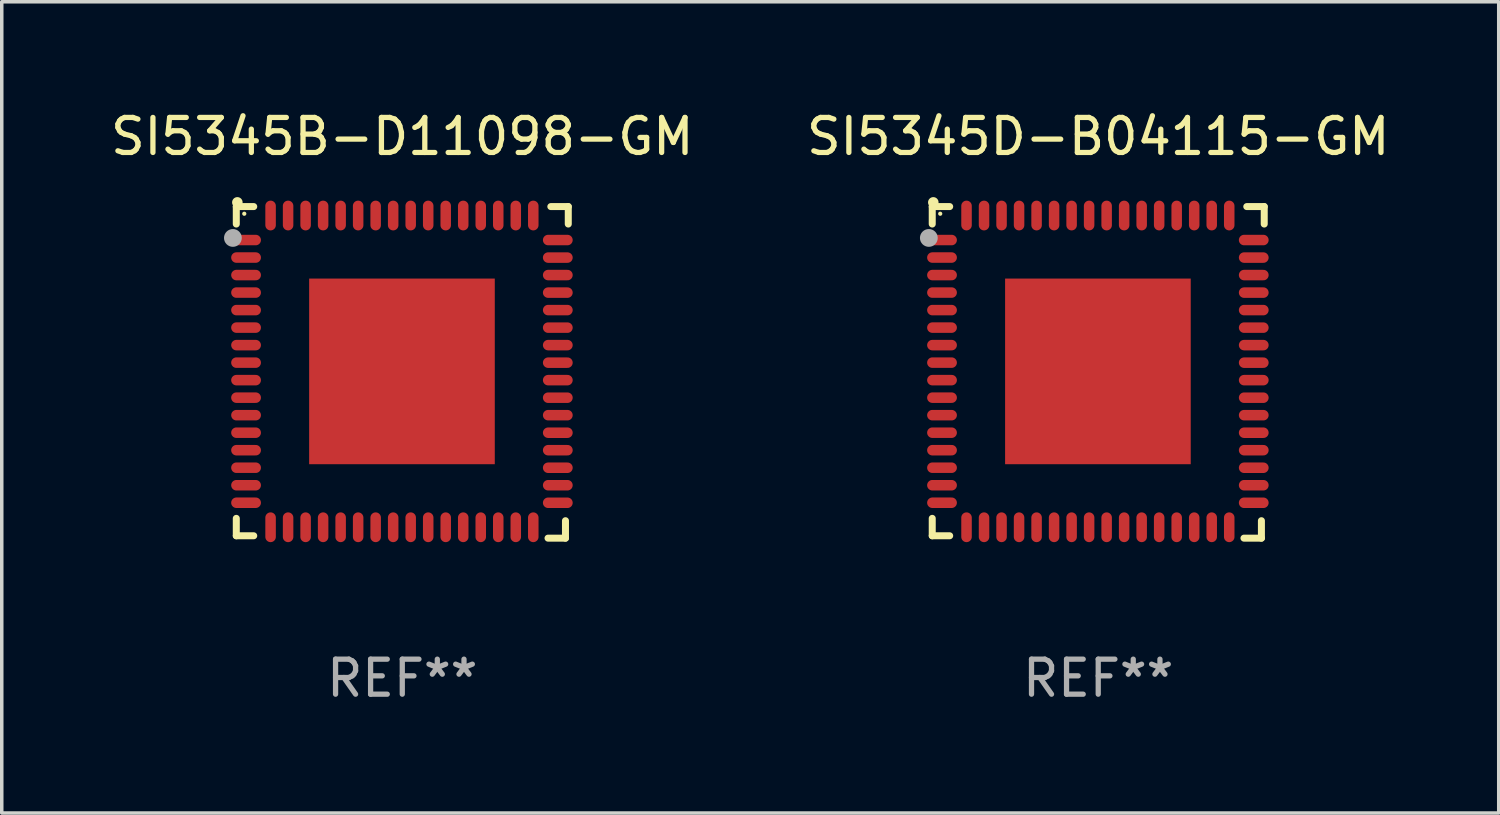
<source format=kicad_pcb>
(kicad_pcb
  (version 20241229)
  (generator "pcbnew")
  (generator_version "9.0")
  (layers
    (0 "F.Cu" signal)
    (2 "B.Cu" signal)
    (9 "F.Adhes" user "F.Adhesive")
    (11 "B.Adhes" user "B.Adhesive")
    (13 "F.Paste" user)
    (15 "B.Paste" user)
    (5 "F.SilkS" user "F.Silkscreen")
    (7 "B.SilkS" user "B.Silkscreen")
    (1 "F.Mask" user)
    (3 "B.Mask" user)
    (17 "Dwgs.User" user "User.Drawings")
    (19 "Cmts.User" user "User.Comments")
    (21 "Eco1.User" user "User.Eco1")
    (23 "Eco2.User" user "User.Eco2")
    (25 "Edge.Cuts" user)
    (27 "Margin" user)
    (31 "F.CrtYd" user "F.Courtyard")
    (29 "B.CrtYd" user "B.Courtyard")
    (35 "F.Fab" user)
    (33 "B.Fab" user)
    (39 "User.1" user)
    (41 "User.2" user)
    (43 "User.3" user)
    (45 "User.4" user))
  (footprint "SI5345D-B04115-GM"
    (layer "F.Cu")
    (at 28.304 7.581)
    (property "Reference" "SI5345D-B04115-GM" (at 0 -6.733 0) (layer "F.SilkS") (effects (font (size 1 1) (thickness 0.15))))
    (attr through_hole)
    (fp_line (start -4.739 -4.733) (end -4.241 -4.733) (stroke (width 0.2) (type solid)) (layer "F.SilkS"))
    (fp_line (start -4.739 -4.235) (end -4.739 -4.733) (stroke (width 0.2) (type solid)) (layer "F.SilkS"))
    (fp_line (start -4.739 4.168) (end -4.739 4.665) (stroke (width 0.2) (type solid)) (layer "F.SilkS"))
    (fp_line (start -4.739 4.665) (end -4.241 4.665) (stroke (width 0.2) (type solid)) (layer "F.SilkS"))
    (fp_line (start 4.161 4.733) (end 4.659 4.733) (stroke (width 0.2) (type solid)) (layer "F.SilkS"))
    (fp_line (start 4.241 -4.733) (end 4.739 -4.733) (stroke (width 0.2) (type solid)) (layer "F.SilkS"))
    (fp_line (start 4.659 4.733) (end 4.659 4.235) (stroke (width 0.2) (type solid)) (layer "F.SilkS"))
    (fp_line (start 4.739 -4.733) (end 4.739 -4.235) (stroke (width 0.2) (type solid)) (layer "F.SilkS"))
    (fp_arc (start -4.708623 -4.85108) (mid -4.708628 -4.85235) (end -4.708623 -4.85362) (stroke (width 0.3) (type solid)) (layer "F.SilkS"))
    (fp_circle (center -4.511 -4.529) (end -4.481 -4.529) (stroke (width 0.06) (type solid)) (fill no) (layer "F.SilkS"))
    (fp_circle (center -4.836 -3.838) (end -4.709 -3.838) (stroke (width 0.254) (type solid)) (fill no) (layer "F.Fab"))
    (fp_text user "REF**" (at 0 8.733 0) (layer "F.Fab") (effects (font (size 1 1) (thickness 0.15))))
    (pad "1" smd oval (at -4.46 -3.778) (size 0.85 0.3) (layers "F.Cu" "F.Mask" "F.Paste"))
    (pad "2" smd oval (at -4.46 -3.278) (size 0.85 0.3) (layers "F.Cu" "F.Mask" "F.Paste"))
    (pad "3" smd oval (at -4.46 -2.778) (size 0.85 0.3) (layers "F.Cu" "F.Mask" "F.Paste"))
    (pad "4" smd oval (at -4.46 -2.278) (size 0.85 0.3) (layers "F.Cu" "F.Mask" "F.Paste"))
    (pad "5" smd oval (at -4.46 -1.778) (size 0.85 0.3) (layers "F.Cu" "F.Mask" "F.Paste"))
    (pad "6" smd oval (at -4.46 -1.278) (size 0.85 0.3) (layers "F.Cu" "F.Mask" "F.Paste"))
    (pad "7" smd oval (at -4.46 -0.778) (size 0.85 0.3) (layers "F.Cu" "F.Mask" "F.Paste"))
    (pad "8" smd oval (at -4.46 -0.278) (size 0.85 0.3) (layers "F.Cu" "F.Mask" "F.Paste"))
    (pad "9" smd oval (at -4.46 0.222) (size 0.85 0.3) (layers "F.Cu" "F.Mask" "F.Paste"))
    (pad "10" smd oval (at -4.46 0.722) (size 0.85 0.3) (layers "F.Cu" "F.Mask" "F.Paste"))
    (pad "11" smd oval (at -4.46 1.222) (size 0.85 0.3) (layers "F.Cu" "F.Mask" "F.Paste"))
    (pad "12" smd oval (at -4.46 1.722) (size 0.85 0.3) (layers "F.Cu" "F.Mask" "F.Paste"))
    (pad "13" smd oval (at -4.46 2.222) (size 0.85 0.3) (layers "F.Cu" "F.Mask" "F.Paste"))
    (pad "14" smd oval (at -4.46 2.722) (size 0.85 0.3) (layers "F.Cu" "F.Mask" "F.Paste"))
    (pad "15" smd oval (at -4.46 3.222) (size 0.85 0.3) (layers "F.Cu" "F.Mask" "F.Paste"))
    (pad "16" smd oval (at -4.46 3.722) (size 0.85 0.3) (layers "F.Cu" "F.Mask" "F.Paste"))
    (pad "17" smd oval (at -3.76 4.422) (size 0.3 0.85) (layers "F.Cu" "F.Mask" "F.Paste"))
    (pad "18" smd oval (at -3.26 4.422) (size 0.3 0.85) (layers "F.Cu" "F.Mask" "F.Paste"))
    (pad "19" smd oval (at -2.76 4.422) (size 0.3 0.85) (layers "F.Cu" "F.Mask" "F.Paste"))
    (pad "20" smd oval (at -2.26 4.422) (size 0.3 0.85) (layers "F.Cu" "F.Mask" "F.Paste"))
    (pad "21" smd oval (at -1.76 4.422) (size 0.3 0.85) (layers "F.Cu" "F.Mask" "F.Paste"))
    (pad "22" smd oval (at -1.26 4.422) (size 0.3 0.85) (layers "F.Cu" "F.Mask" "F.Paste"))
    (pad "23" smd oval (at -0.76 4.422) (size 0.3 0.85) (layers "F.Cu" "F.Mask" "F.Paste"))
    (pad "24" smd oval (at -0.26 4.422) (size 0.3 0.85) (layers "F.Cu" "F.Mask" "F.Paste"))
    (pad "25" smd oval (at 0.24 4.422) (size 0.3 0.85) (layers "F.Cu" "F.Mask" "F.Paste"))
    (pad "26" smd oval (at 0.74 4.422) (size 0.3 0.85) (layers "F.Cu" "F.Mask" "F.Paste"))
    (pad "27" smd oval (at 1.24 4.422) (size 0.3 0.85) (layers "F.Cu" "F.Mask" "F.Paste"))
    (pad "28" smd oval (at 1.74 4.422) (size 0.3 0.85) (layers "F.Cu" "F.Mask" "F.Paste"))
    (pad "29" smd oval (at 2.24 4.422) (size 0.3 0.85) (layers "F.Cu" "F.Mask" "F.Paste"))
    (pad "30" smd oval (at 2.74 4.422) (size 0.3 0.85) (layers "F.Cu" "F.Mask" "F.Paste"))
    (pad "31" smd oval (at 3.24 4.422) (size 0.3 0.85) (layers "F.Cu" "F.Mask" "F.Paste"))
    (pad "32" smd oval (at 3.74 4.422) (size 0.3 0.85) (layers "F.Cu" "F.Mask" "F.Paste"))
    (pad "33" smd oval (at 4.44 3.723) (size 0.85 0.3) (layers "F.Cu" "F.Mask" "F.Paste"))
    (pad "34" smd oval (at 4.44 3.222) (size 0.85 0.3) (layers "F.Cu" "F.Mask" "F.Paste"))
    (pad "35" smd oval (at 4.44 2.723) (size 0.85 0.3) (layers "F.Cu" "F.Mask" "F.Paste"))
    (pad "36" smd oval (at 4.44 2.222) (size 0.85 0.3) (layers "F.Cu" "F.Mask" "F.Paste"))
    (pad "37" smd oval (at 4.44 1.723) (size 0.85 0.3) (layers "F.Cu" "F.Mask" "F.Paste"))
    (pad "38" smd oval (at 4.44 1.222) (size 0.85 0.3) (layers "F.Cu" "F.Mask" "F.Paste"))
    (pad "39" smd oval (at 4.44 0.723) (size 0.85 0.3) (layers "F.Cu" "F.Mask" "F.Paste"))
    (pad "40" smd oval (at 4.44 0.222) (size 0.85 0.3) (layers "F.Cu" "F.Mask" "F.Paste"))
    (pad "41" smd oval (at 4.44 -0.277) (size 0.85 0.3) (layers "F.Cu" "F.Mask" "F.Paste"))
    (pad "42" smd oval (at 4.44 -0.778) (size 0.85 0.3) (layers "F.Cu" "F.Mask" "F.Paste"))
    (pad "43" smd oval (at 4.44 -1.277) (size 0.85 0.3) (layers "F.Cu" "F.Mask" "F.Paste"))
    (pad "44" smd oval (at 4.44 -1.778) (size 0.85 0.3) (layers "F.Cu" "F.Mask" "F.Paste"))
    (pad "45" smd oval (at 4.44 -2.277) (size 0.85 0.3) (layers "F.Cu" "F.Mask" "F.Paste"))
    (pad "46" smd oval (at 4.44 -2.778) (size 0.85 0.3) (layers "F.Cu" "F.Mask" "F.Paste"))
    (pad "47" smd oval (at 4.44 -3.277) (size 0.85 0.3) (layers "F.Cu" "F.Mask" "F.Paste"))
    (pad "48" smd oval (at 4.44 -3.778) (size 0.85 0.3) (layers "F.Cu" "F.Mask" "F.Paste"))
    (pad "49" smd oval (at 3.74 -4.478) (size 0.3 0.85) (layers "F.Cu" "F.Mask" "F.Paste"))
    (pad "50" smd oval (at 3.24 -4.478) (size 0.3 0.85) (layers "F.Cu" "F.Mask" "F.Paste"))
    (pad "51" smd oval (at 2.74 -4.478) (size 0.3 0.85) (layers "F.Cu" "F.Mask" "F.Paste"))
    (pad "52" smd oval (at 2.24 -4.478) (size 0.3 0.85) (layers "F.Cu" "F.Mask" "F.Paste"))
    (pad "53" smd oval (at 1.74 -4.478) (size 0.3 0.85) (layers "F.Cu" "F.Mask" "F.Paste"))
    (pad "54" smd oval (at 1.24 -4.478) (size 0.3 0.85) (layers "F.Cu" "F.Mask" "F.Paste"))
    (pad "55" smd oval (at 0.74 -4.478) (size 0.3 0.85) (layers "F.Cu" "F.Mask" "F.Paste"))
    (pad "56" smd oval (at 0.24 -4.478) (size 0.3 0.85) (layers "F.Cu" "F.Mask" "F.Paste"))
    (pad "57" smd oval (at -0.26 -4.478) (size 0.3 0.85) (layers "F.Cu" "F.Mask" "F.Paste"))
    (pad "58" smd oval (at -0.76 -4.478) (size 0.3 0.85) (layers "F.Cu" "F.Mask" "F.Paste"))
    (pad "59" smd oval (at -1.26 -4.478) (size 0.3 0.85) (layers "F.Cu" "F.Mask" "F.Paste"))
    (pad "60" smd oval (at -1.76 -4.478) (size 0.3 0.85) (layers "F.Cu" "F.Mask" "F.Paste"))
    (pad "61" smd oval (at -2.26 -4.478) (size 0.3 0.85) (layers "F.Cu" "F.Mask" "F.Paste"))
    (pad "62" smd oval (at -2.76 -4.478) (size 0.3 0.85) (layers "F.Cu" "F.Mask" "F.Paste"))
    (pad "63" smd oval (at -3.26 -4.478) (size 0.3 0.85) (layers "F.Cu" "F.Mask" "F.Paste"))
    (pad "64" smd oval (at -3.76 -4.478) (size 0.3 0.85) (layers "F.Cu" "F.Mask" "F.Paste"))
    (pad "65" smd rect (at -0.009 -0.028 90) (size 5.3 5.3) (layers "F.Cu" "F.Mask" "F.Paste")))
  (footprint "SI5345B-D11098-GM"
    (layer "F.Cu")
    (at 8.435 7.581)
    (property "Reference" "SI5345B-D11098-GM" (at 0 -6.733 0) (layer "F.SilkS") (effects (font (size 1 1) (thickness 0.15))))
    (attr through_hole)
    (fp_line (start -4.739 -4.733) (end -4.241 -4.733) (stroke (width 0.2) (type solid)) (layer "F.SilkS"))
    (fp_line (start -4.739 -4.235) (end -4.739 -4.733) (stroke (width 0.2) (type solid)) (layer "F.SilkS"))
    (fp_line (start -4.739 4.168) (end -4.739 4.665) (stroke (width 0.2) (type solid)) (layer "F.SilkS"))
    (fp_line (start -4.739 4.665) (end -4.241 4.665) (stroke (width 0.2) (type solid)) (layer "F.SilkS"))
    (fp_line (start 4.161 4.733) (end 4.659 4.733) (stroke (width 0.2) (type solid)) (layer "F.SilkS"))
    (fp_line (start 4.241 -4.733) (end 4.739 -4.733) (stroke (width 0.2) (type solid)) (layer "F.SilkS"))
    (fp_line (start 4.659 4.733) (end 4.659 4.235) (stroke (width 0.2) (type solid)) (layer "F.SilkS"))
    (fp_line (start 4.739 -4.733) (end 4.739 -4.235) (stroke (width 0.2) (type solid)) (layer "F.SilkS"))
    (fp_arc (start -4.708623 -4.85108) (mid -4.708628 -4.85235) (end -4.708623 -4.85362) (stroke (width 0.3) (type solid)) (layer "F.SilkS"))
    (fp_circle (center -4.511 -4.529) (end -4.481 -4.529) (stroke (width 0.06) (type solid)) (fill no) (layer "F.SilkS"))
    (fp_circle (center -4.836 -3.838) (end -4.709 -3.838) (stroke (width 0.254) (type solid)) (fill no) (layer "F.Fab"))
    (fp_text user "REF**" (at 0 8.733 0) (layer "F.Fab") (effects (font (size 1 1) (thickness 0.15))))
    (pad "1" smd oval (at -4.46 -3.778) (size 0.85 0.3) (layers "F.Cu" "F.Mask" "F.Paste"))
    (pad "2" smd oval (at -4.46 -3.278) (size 0.85 0.3) (layers "F.Cu" "F.Mask" "F.Paste"))
    (pad "3" smd oval (at -4.46 -2.778) (size 0.85 0.3) (layers "F.Cu" "F.Mask" "F.Paste"))
    (pad "4" smd oval (at -4.46 -2.278) (size 0.85 0.3) (layers "F.Cu" "F.Mask" "F.Paste"))
    (pad "5" smd oval (at -4.46 -1.778) (size 0.85 0.3) (layers "F.Cu" "F.Mask" "F.Paste"))
    (pad "6" smd oval (at -4.46 -1.278) (size 0.85 0.3) (layers "F.Cu" "F.Mask" "F.Paste"))
    (pad "7" smd oval (at -4.46 -0.778) (size 0.85 0.3) (layers "F.Cu" "F.Mask" "F.Paste"))
    (pad "8" smd oval (at -4.46 -0.278) (size 0.85 0.3) (layers "F.Cu" "F.Mask" "F.Paste"))
    (pad "9" smd oval (at -4.46 0.222) (size 0.85 0.3) (layers "F.Cu" "F.Mask" "F.Paste"))
    (pad "10" smd oval (at -4.46 0.722) (size 0.85 0.3) (layers "F.Cu" "F.Mask" "F.Paste"))
    (pad "11" smd oval (at -4.46 1.222) (size 0.85 0.3) (layers "F.Cu" "F.Mask" "F.Paste"))
    (pad "12" smd oval (at -4.46 1.722) (size 0.85 0.3) (layers "F.Cu" "F.Mask" "F.Paste"))
    (pad "13" smd oval (at -4.46 2.222) (size 0.85 0.3) (layers "F.Cu" "F.Mask" "F.Paste"))
    (pad "14" smd oval (at -4.46 2.722) (size 0.85 0.3) (layers "F.Cu" "F.Mask" "F.Paste"))
    (pad "15" smd oval (at -4.46 3.222) (size 0.85 0.3) (layers "F.Cu" "F.Mask" "F.Paste"))
    (pad "16" smd oval (at -4.46 3.722) (size 0.85 0.3) (layers "F.Cu" "F.Mask" "F.Paste"))
    (pad "17" smd oval (at -3.76 4.422) (size 0.3 0.85) (layers "F.Cu" "F.Mask" "F.Paste"))
    (pad "18" smd oval (at -3.26 4.422) (size 0.3 0.85) (layers "F.Cu" "F.Mask" "F.Paste"))
    (pad "19" smd oval (at -2.76 4.422) (size 0.3 0.85) (layers "F.Cu" "F.Mask" "F.Paste"))
    (pad "20" smd oval (at -2.26 4.422) (size 0.3 0.85) (layers "F.Cu" "F.Mask" "F.Paste"))
    (pad "21" smd oval (at -1.76 4.422) (size 0.3 0.85) (layers "F.Cu" "F.Mask" "F.Paste"))
    (pad "22" smd oval (at -1.26 4.422) (size 0.3 0.85) (layers "F.Cu" "F.Mask" "F.Paste"))
    (pad "23" smd oval (at -0.76 4.422) (size 0.3 0.85) (layers "F.Cu" "F.Mask" "F.Paste"))
    (pad "24" smd oval (at -0.26 4.422) (size 0.3 0.85) (layers "F.Cu" "F.Mask" "F.Paste"))
    (pad "25" smd oval (at 0.24 4.422) (size 0.3 0.85) (layers "F.Cu" "F.Mask" "F.Paste"))
    (pad "26" smd oval (at 0.74 4.422) (size 0.3 0.85) (layers "F.Cu" "F.Mask" "F.Paste"))
    (pad "27" smd oval (at 1.24 4.422) (size 0.3 0.85) (layers "F.Cu" "F.Mask" "F.Paste"))
    (pad "28" smd oval (at 1.74 4.422) (size 0.3 0.85) (layers "F.Cu" "F.Mask" "F.Paste"))
    (pad "29" smd oval (at 2.24 4.422) (size 0.3 0.85) (layers "F.Cu" "F.Mask" "F.Paste"))
    (pad "30" smd oval (at 2.74 4.422) (size 0.3 0.85) (layers "F.Cu" "F.Mask" "F.Paste"))
    (pad "31" smd oval (at 3.24 4.422) (size 0.3 0.85) (layers "F.Cu" "F.Mask" "F.Paste"))
    (pad "32" smd oval (at 3.74 4.422) (size 0.3 0.85) (layers "F.Cu" "F.Mask" "F.Paste"))
    (pad "33" smd oval (at 4.44 3.723) (size 0.85 0.3) (layers "F.Cu" "F.Mask" "F.Paste"))
    (pad "34" smd oval (at 4.44 3.222) (size 0.85 0.3) (layers "F.Cu" "F.Mask" "F.Paste"))
    (pad "35" smd oval (at 4.44 2.723) (size 0.85 0.3) (layers "F.Cu" "F.Mask" "F.Paste"))
    (pad "36" smd oval (at 4.44 2.222) (size 0.85 0.3) (layers "F.Cu" "F.Mask" "F.Paste"))
    (pad "37" smd oval (at 4.44 1.723) (size 0.85 0.3) (layers "F.Cu" "F.Mask" "F.Paste"))
    (pad "38" smd oval (at 4.44 1.222) (size 0.85 0.3) (layers "F.Cu" "F.Mask" "F.Paste"))
    (pad "39" smd oval (at 4.44 0.723) (size 0.85 0.3) (layers "F.Cu" "F.Mask" "F.Paste"))
    (pad "40" smd oval (at 4.44 0.222) (size 0.85 0.3) (layers "F.Cu" "F.Mask" "F.Paste"))
    (pad "41" smd oval (at 4.44 -0.277) (size 0.85 0.3) (layers "F.Cu" "F.Mask" "F.Paste"))
    (pad "42" smd oval (at 4.44 -0.778) (size 0.85 0.3) (layers "F.Cu" "F.Mask" "F.Paste"))
    (pad "43" smd oval (at 4.44 -1.277) (size 0.85 0.3) (layers "F.Cu" "F.Mask" "F.Paste"))
    (pad "44" smd oval (at 4.44 -1.778) (size 0.85 0.3) (layers "F.Cu" "F.Mask" "F.Paste"))
    (pad "45" smd oval (at 4.44 -2.277) (size 0.85 0.3) (layers "F.Cu" "F.Mask" "F.Paste"))
    (pad "46" smd oval (at 4.44 -2.778) (size 0.85 0.3) (layers "F.Cu" "F.Mask" "F.Paste"))
    (pad "47" smd oval (at 4.44 -3.277) (size 0.85 0.3) (layers "F.Cu" "F.Mask" "F.Paste"))
    (pad "48" smd oval (at 4.44 -3.778) (size 0.85 0.3) (layers "F.Cu" "F.Mask" "F.Paste"))
    (pad "49" smd oval (at 3.74 -4.478) (size 0.3 0.85) (layers "F.Cu" "F.Mask" "F.Paste"))
    (pad "50" smd oval (at 3.24 -4.478) (size 0.3 0.85) (layers "F.Cu" "F.Mask" "F.Paste"))
    (pad "51" smd oval (at 2.74 -4.478) (size 0.3 0.85) (layers "F.Cu" "F.Mask" "F.Paste"))
    (pad "52" smd oval (at 2.24 -4.478) (size 0.3 0.85) (layers "F.Cu" "F.Mask" "F.Paste"))
    (pad "53" smd oval (at 1.74 -4.478) (size 0.3 0.85) (layers "F.Cu" "F.Mask" "F.Paste"))
    (pad "54" smd oval (at 1.24 -4.478) (size 0.3 0.85) (layers "F.Cu" "F.Mask" "F.Paste"))
    (pad "55" smd oval (at 0.74 -4.478) (size 0.3 0.85) (layers "F.Cu" "F.Mask" "F.Paste"))
    (pad "56" smd oval (at 0.24 -4.478) (size 0.3 0.85) (layers "F.Cu" "F.Mask" "F.Paste"))
    (pad "57" smd oval (at -0.26 -4.478) (size 0.3 0.85) (layers "F.Cu" "F.Mask" "F.Paste"))
    (pad "58" smd oval (at -0.76 -4.478) (size 0.3 0.85) (layers "F.Cu" "F.Mask" "F.Paste"))
    (pad "59" smd oval (at -1.26 -4.478) (size 0.3 0.85) (layers "F.Cu" "F.Mask" "F.Paste"))
    (pad "60" smd oval (at -1.76 -4.478) (size 0.3 0.85) (layers "F.Cu" "F.Mask" "F.Paste"))
    (pad "61" smd oval (at -2.26 -4.478) (size 0.3 0.85) (layers "F.Cu" "F.Mask" "F.Paste"))
    (pad "62" smd oval (at -2.76 -4.478) (size 0.3 0.85) (layers "F.Cu" "F.Mask" "F.Paste"))
    (pad "63" smd oval (at -3.26 -4.478) (size 0.3 0.85) (layers "F.Cu" "F.Mask" "F.Paste"))
    (pad "64" smd oval (at -3.76 -4.478) (size 0.3 0.85) (layers "F.Cu" "F.Mask" "F.Paste"))
    (pad "65" smd rect (at -0.009 -0.028 90) (size 5.3 5.3) (layers "F.Cu" "F.Mask" "F.Paste")))
  (gr_rect
    (start -3 -3)
    (end 39.738 20.162)
    (stroke (width 0.1) (type default))
    (fill no)
    (layer "Edge.Cuts")))
</source>
